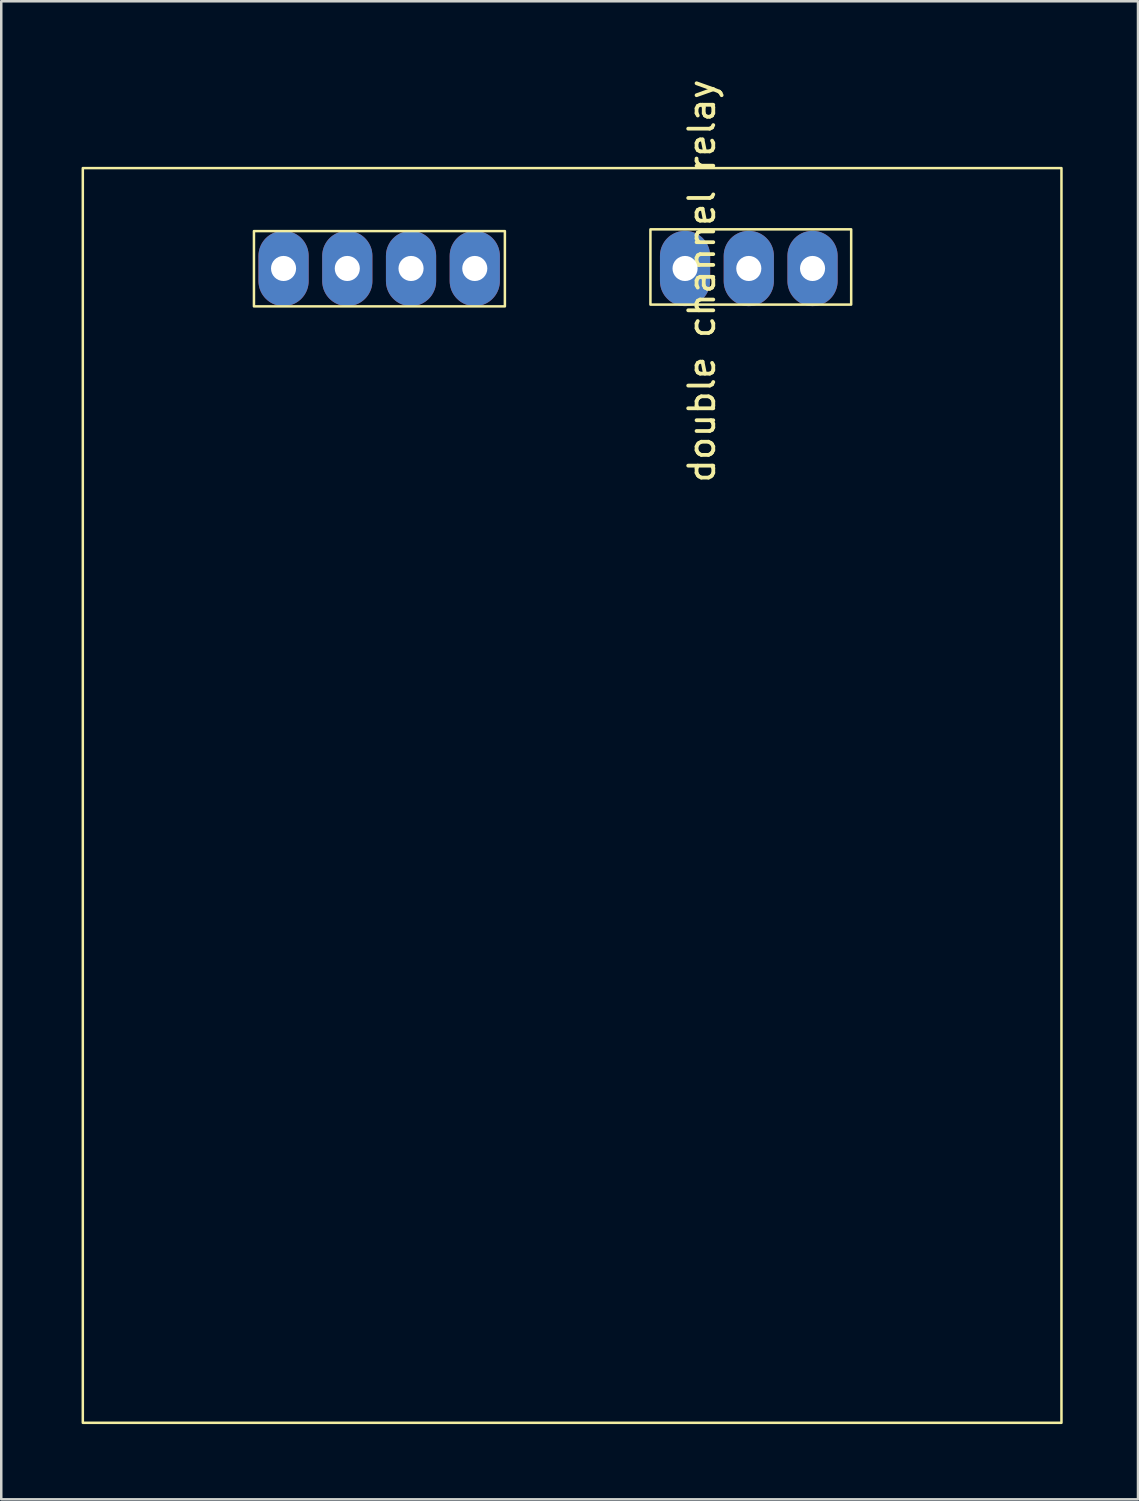
<source format=kicad_pcb>
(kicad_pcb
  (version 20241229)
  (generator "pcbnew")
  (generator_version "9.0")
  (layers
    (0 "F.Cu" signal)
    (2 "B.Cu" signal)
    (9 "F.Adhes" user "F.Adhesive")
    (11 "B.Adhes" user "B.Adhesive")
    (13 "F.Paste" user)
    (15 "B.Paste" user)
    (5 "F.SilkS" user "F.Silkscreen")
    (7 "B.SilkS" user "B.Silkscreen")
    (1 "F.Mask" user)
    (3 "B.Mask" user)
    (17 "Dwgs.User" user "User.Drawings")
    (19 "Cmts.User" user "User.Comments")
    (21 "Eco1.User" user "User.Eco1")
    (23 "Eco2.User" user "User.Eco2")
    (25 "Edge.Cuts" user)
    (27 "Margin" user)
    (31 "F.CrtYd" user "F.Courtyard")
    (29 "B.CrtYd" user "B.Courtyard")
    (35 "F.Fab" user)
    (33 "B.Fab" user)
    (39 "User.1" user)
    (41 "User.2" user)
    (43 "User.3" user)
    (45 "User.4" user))
  (footprint "double channel relay"
    (layer "F.Cu")
    (at 0.25 3.649)
    (property "Reference" "double channel relay" (at 24.67 4.5 90) (layer "F.SilkS") (effects (font (size 1 1) (thickness 0.15))))
    (attr through_hole)
    (fp_rect (start 0 0) (end 39 50) (stroke (width 0.1) (type default)) (fill no) (layer "F.SilkS"))
    (fp_rect (start 6.82 2.51) (end 16.82 5.51) (stroke (width 0.1) (type default)) (fill no) (layer "F.SilkS"))
    (fp_rect (start 22.62 2.44) (end 30.62 5.44) (stroke (width 0.1) (type default)) (fill no) (layer "F.SilkS"))
    (pad "1" thru_hole oval (at 8 4 90) (size 3 2) (drill 1) (layers "*.Cu" "*.Mask"))
    (pad "2" thru_hole oval (at 10.54 4 90) (size 3 2) (drill 1) (layers "*.Cu" "*.Mask"))
    (pad "3" thru_hole oval (at 13.08 4 90) (size 3 2) (drill 1) (layers "*.Cu" "*.Mask"))
    (pad "4" thru_hole oval (at 15.62 4 90) (size 3 2) (drill 1) (layers "*.Cu" "*.Mask"))
    (pad "5" thru_hole oval (at 24 4 90) (size 3 2) (drill 1) (layers "*.Cu" "*.Mask"))
    (pad "6" thru_hole oval (at 26.54 4 90) (size 3 2) (drill 1) (layers "*.Cu" "*.Mask"))
    (pad "7" thru_hole oval (at 29.08 4 90) (size 3 2) (drill 1) (layers "*.Cu" "*.Mask")))
  (gr_rect
    (start -3 -3)
    (end 42.3 56.699)
    (stroke (width 0.1) (type default))
    (fill no)
    (layer "Edge.Cuts")))
</source>
